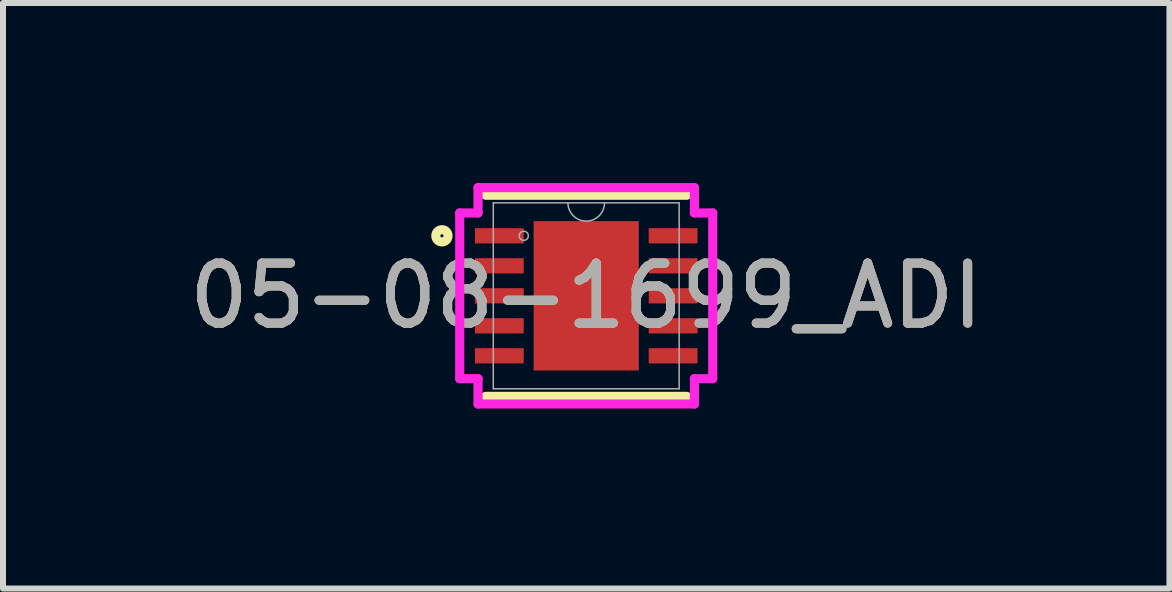
<source format=kicad_pcb>
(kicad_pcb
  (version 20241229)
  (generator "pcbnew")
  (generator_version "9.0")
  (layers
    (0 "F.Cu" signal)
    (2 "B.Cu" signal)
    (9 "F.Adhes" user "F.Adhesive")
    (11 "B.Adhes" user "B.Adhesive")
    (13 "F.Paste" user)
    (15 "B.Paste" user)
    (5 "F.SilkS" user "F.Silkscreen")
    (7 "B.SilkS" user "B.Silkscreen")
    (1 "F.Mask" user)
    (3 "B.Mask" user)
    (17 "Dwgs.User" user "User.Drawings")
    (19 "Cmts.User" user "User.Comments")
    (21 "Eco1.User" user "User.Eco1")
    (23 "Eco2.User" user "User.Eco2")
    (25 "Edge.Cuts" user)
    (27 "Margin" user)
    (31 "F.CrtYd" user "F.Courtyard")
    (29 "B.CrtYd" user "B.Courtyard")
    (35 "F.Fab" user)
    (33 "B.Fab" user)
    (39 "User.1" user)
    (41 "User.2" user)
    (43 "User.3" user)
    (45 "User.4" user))
  (footprint "05-08-1699_ADI"
    (layer "F.Cu")
    (at 6.72 1.88)
    (property "Reference" "05-08-1699_ADI" (at 0 0 0) (unlocked yes) (layer "F.SilkS") (effects (font (size 1 1) (thickness 0.15))))
    (attr smd)
    (fp_line (start -1.676 1.676) (end 1.676 1.676) (stroke (width 0.152) (type solid)) (layer "F.SilkS"))
    (fp_line (start 1.676 -1.676) (end -1.676 -1.676) (stroke (width 0.152) (type solid)) (layer "F.SilkS"))
    (fp_circle (center -2.405 -1) (end -2.303 -1) (stroke (width 0.152) (type solid)) (fill no) (layer "F.SilkS"))
    (fp_line (start -2.108 -1.381) (end -1.803 -1.381) (stroke (width 0.152) (type solid)) (layer "F.CrtYd"))
    (fp_line (start -2.108 1.381) (end -2.108 -1.381) (stroke (width 0.152) (type solid)) (layer "F.CrtYd"))
    (fp_line (start -2.108 1.381) (end -1.803 1.381) (stroke (width 0.152) (type solid)) (layer "F.CrtYd"))
    (fp_line (start -1.803 -1.803) (end 1.803 -1.803) (stroke (width 0.152) (type solid)) (layer "F.CrtYd"))
    (fp_line (start -1.803 -1.381) (end -1.803 -1.803) (stroke (width 0.152) (type solid)) (layer "F.CrtYd"))
    (fp_line (start -1.803 1.803) (end -1.803 1.381) (stroke (width 0.152) (type solid)) (layer "F.CrtYd"))
    (fp_line (start 1.803 -1.803) (end 1.803 -1.381) (stroke (width 0.152) (type solid)) (layer "F.CrtYd"))
    (fp_line (start 1.803 1.381) (end 1.803 1.803) (stroke (width 0.152) (type solid)) (layer "F.CrtYd"))
    (fp_line (start 1.803 1.803) (end -1.803 1.803) (stroke (width 0.152) (type solid)) (layer "F.CrtYd"))
    (fp_line (start 2.108 -1.381) (end 1.803 -1.381) (stroke (width 0.152) (type solid)) (layer "F.CrtYd"))
    (fp_line (start 2.108 -1.381) (end 2.108 1.381) (stroke (width 0.152) (type solid)) (layer "F.CrtYd"))
    (fp_line (start 2.108 1.381) (end 1.803 1.381) (stroke (width 0.152) (type solid)) (layer "F.CrtYd"))
    (fp_line (start -1.549 -1.549) (end -1.549 1.549) (stroke (width 0.025) (type solid)) (layer "F.Fab"))
    (fp_line (start -1.549 1.549) (end 1.549 1.549) (stroke (width 0.025) (type solid)) (layer "F.Fab"))
    (fp_line (start 1.549 -1.549) (end -1.549 -1.549) (stroke (width 0.025) (type solid)) (layer "F.Fab"))
    (fp_line (start 1.549 1.549) (end 1.549 -1.549) (stroke (width 0.025) (type solid)) (layer "F.Fab"))
    (fp_arc (start 0.3048 -1.5494) (mid 0 -1.2446) (end -0.3048 -1.5494) (stroke (width 0.0254) (type solid)) (layer "F.Fab"))
    (fp_circle (center -1.041 -1) (end -0.965 -1) (stroke (width 0.025) (type solid)) (fill no) (layer "F.Fab"))
    (fp_text user "${REFERENCE}" (at 0 0 0) (unlocked yes) (layer "F.Fab") (effects (font (size 1 1) (thickness 0.15))))
    (pad "1" smd rect (at -1.448 -1) (size 0.813 0.254) (layers "F.Cu" "F.Mask" "F.Paste"))
    (pad "2" smd rect (at -1.448 -0.5) (size 0.813 0.254) (layers "F.Cu" "F.Mask" "F.Paste"))
    (pad "3" smd rect (at -1.448 0) (size 0.813 0.254) (layers "F.Cu" "F.Mask" "F.Paste"))
    (pad "4" smd rect (at -1.448 0.5) (size 0.813 0.254) (layers "F.Cu" "F.Mask" "F.Paste"))
    (pad "5" smd rect (at -1.448 1) (size 0.813 0.254) (layers "F.Cu" "F.Mask" "F.Paste"))
    (pad "6" smd rect (at 1.448 1) (size 0.813 0.254) (layers "F.Cu" "F.Mask" "F.Paste"))
    (pad "7" smd rect (at 1.448 0.5) (size 0.813 0.254) (layers "F.Cu" "F.Mask" "F.Paste"))
    (pad "8" smd rect (at 1.448 0) (size 0.813 0.254) (layers "F.Cu" "F.Mask" "F.Paste"))
    (pad "9" smd rect (at 1.448 -0.5) (size 0.813 0.254) (layers "F.Cu" "F.Mask" "F.Paste"))
    (pad "10" smd rect (at 1.448 -1) (size 0.813 0.254) (layers "F.Cu" "F.Mask" "F.Paste"))
    (pad "11" smd rect (at 0 0) (size 1.753 2.489) (layers "F.Cu" "F.Mask" "F.Paste")))
  (gr_rect
    (start -3 -3)
    (end 16.44 6.759)
    (stroke (width 0.1) (type default))
    (fill no)
    (layer "Edge.Cuts")))
</source>
